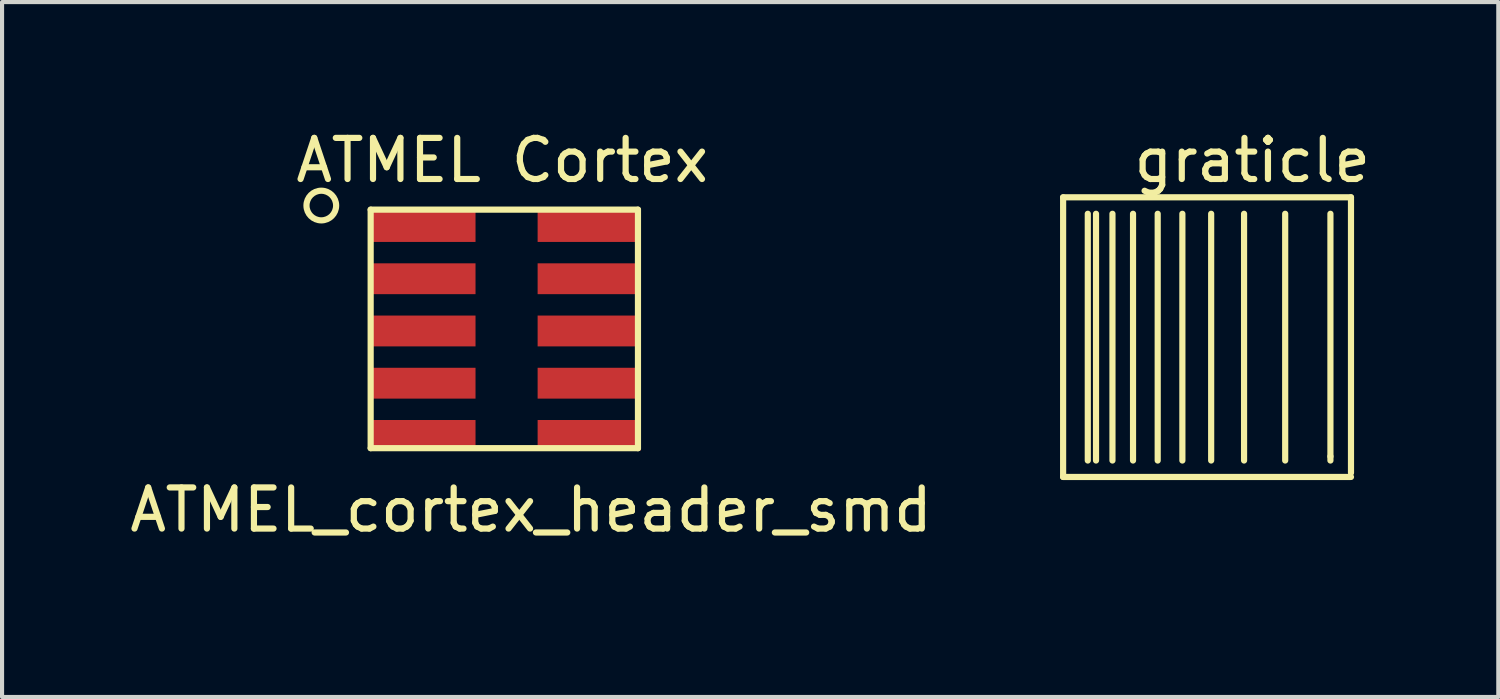
<source format=kicad_pcb>
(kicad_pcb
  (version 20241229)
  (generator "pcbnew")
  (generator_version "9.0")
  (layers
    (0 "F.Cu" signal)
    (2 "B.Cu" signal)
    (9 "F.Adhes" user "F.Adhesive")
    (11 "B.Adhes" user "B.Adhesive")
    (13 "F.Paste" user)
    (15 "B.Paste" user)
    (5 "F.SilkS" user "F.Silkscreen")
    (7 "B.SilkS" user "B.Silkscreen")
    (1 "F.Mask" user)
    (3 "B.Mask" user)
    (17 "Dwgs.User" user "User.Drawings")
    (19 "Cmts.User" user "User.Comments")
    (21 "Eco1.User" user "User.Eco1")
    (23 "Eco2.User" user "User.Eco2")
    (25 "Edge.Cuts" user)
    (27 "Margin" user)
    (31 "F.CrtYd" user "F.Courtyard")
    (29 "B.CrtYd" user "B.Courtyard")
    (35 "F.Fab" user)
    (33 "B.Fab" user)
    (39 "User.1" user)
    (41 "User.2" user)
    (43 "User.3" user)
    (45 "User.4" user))
  (footprint "graticle"
    (layer "F.Cu")
    (at 27.301 10.648)
    (property "Reference" "graticle" (at 0.1 -9.8 0) (layer "F.SilkS") (effects (font (size 1 1) (thickness 0.15))))
    (attr through_hole)
    (fp_line (start -4.5 -8.9) (end 2.5 -8.9) (stroke (width 0.15) (type solid)) (layer "F.SilkS"))
    (fp_line (start -4.5 -2.1) (end -4.5 -8.9) (stroke (width 0.15) (type solid)) (layer "F.SilkS"))
    (fp_line (start -4.5 -2.1) (end 2.5 -2.1) (stroke (width 0.15) (type solid)) (layer "F.SilkS"))
    (fp_line (start -3.9 -8.5) (end -3.9 -2.5) (stroke (width 0.15) (type solid)) (layer "F.SilkS"))
    (fp_line (start -3.7 -8.5) (end -3.7 -2.5) (stroke (width 0.15) (type solid)) (layer "F.SilkS"))
    (fp_line (start -3.3 -2.5) (end -3.3 -8.5) (stroke (width 0.15) (type solid)) (layer "F.SilkS"))
    (fp_line (start -2.8 -8.5) (end -2.8 -2.5) (stroke (width 0.15) (type solid)) (layer "F.SilkS"))
    (fp_line (start -2.2 -2.5) (end -2.2 -8.5) (stroke (width 0.15) (type solid)) (layer "F.SilkS"))
    (fp_line (start -1.6 -8.5) (end -1.6 -2.5) (stroke (width 0.15) (type solid)) (layer "F.SilkS"))
    (fp_line (start -0.9 -8.5) (end -0.9 -2.5) (stroke (width 0.15) (type solid)) (layer "F.SilkS"))
    (fp_line (start -0.1 -8.5) (end -0.1 -2.5) (stroke (width 0.15) (type solid)) (layer "F.SilkS"))
    (fp_line (start 0.9 -8.5) (end 0.9 -2.5) (stroke (width 0.15) (type solid)) (layer "F.SilkS"))
    (fp_line (start 2 -8.5) (end 2 -2.6) (stroke (width 0.15) (type solid)) (layer "F.SilkS"))
    (fp_line (start 2 -2.6) (end 2 -2.5) (stroke (width 0.15) (type solid)) (layer "F.SilkS"))
    (fp_line (start 2.5 -8.9) (end 2.5 -2.2) (stroke (width 0.15) (type solid)) (layer "F.SilkS")))
  (footprint "ATMEL_cortex_header_smd"
    (layer "F.Cu")
    (at 5.863 7.948)
    (property "Reference" "ATMEL_cortex_header_smd" (at 4 1.4 0) (layer "F.SilkS") (effects (font (size 1 1) (thickness 0.15))))
    (attr through_hole)
    (fp_line (start 0.1 -5.9) (end 6.6 -5.9) (stroke (width 0.15) (type solid)) (layer "F.SilkS"))
    (fp_line (start 0.1 -0.1) (end 0.1 -5.9) (stroke (width 0.15) (type solid)) (layer "F.SilkS"))
    (fp_line (start 6.6 -5.9) (end 6.6 -0.1) (stroke (width 0.15) (type solid)) (layer "F.SilkS"))
    (fp_line (start 6.6 -0.1) (end 0.1 -0.1) (stroke (width 0.15) (type solid)) (layer "F.SilkS"))
    (fp_circle (center -1.1 -6) (end -0.9 -5.7) (stroke (width 0.15) (type solid)) (fill no) (layer "F.SilkS"))
    (fp_text user "ATMEL Cortex" (at 3.3 -7.1 0) (layer "F.SilkS") (effects (font (size 1 1) (thickness 0.15))))
    (pad "1" smd rect (at 1.4 -5.49 270) (size 0.75 2.5) (layers "F.Cu" "F.Mask" "F.Paste"))
    (pad "2" smd rect (at 5.41 -5.49 270) (size 0.75 2.5) (layers "F.Cu" "F.Mask" "F.Paste"))
    (pad "3" smd rect (at 1.4 -4.22 270) (size 0.75 2.5) (layers "F.Cu" "F.Mask" "F.Paste"))
    (pad "4" smd rect (at 5.41 -4.22 270) (size 0.75 2.5) (layers "F.Cu" "F.Mask" "F.Paste"))
    (pad "5" smd rect (at 1.4 -2.95 270) (size 0.75 2.5) (layers "F.Cu" "F.Mask" "F.Paste"))
    (pad "6" smd rect (at 5.41 -2.95 270) (size 0.75 2.5) (layers "F.Cu" "F.Mask" "F.Paste"))
    (pad "7" smd rect (at 1.4 -1.68 270) (size 0.75 2.5) (layers "F.Cu" "F.Mask" "F.Paste"))
    (pad "8" smd rect (at 5.41 -1.68 270) (size 0.75 2.5) (layers "F.Cu" "F.Mask" "F.Paste"))
    (pad "9" smd rect (at 1.4 -0.41 270) (size 0.75 2.5) (layers "F.Cu" "F.Mask" "F.Paste"))
    (pad "10" smd rect (at 5.41 -0.41 270) (size 0.75 2.5) (layers "F.Cu" "F.Mask" "F.Paste")))
  (gr_rect
    (start -3 -3)
    (end 33.383 13.898)
    (stroke (width 0.1) (type default))
    (fill no)
    (layer "Edge.Cuts")))
</source>
